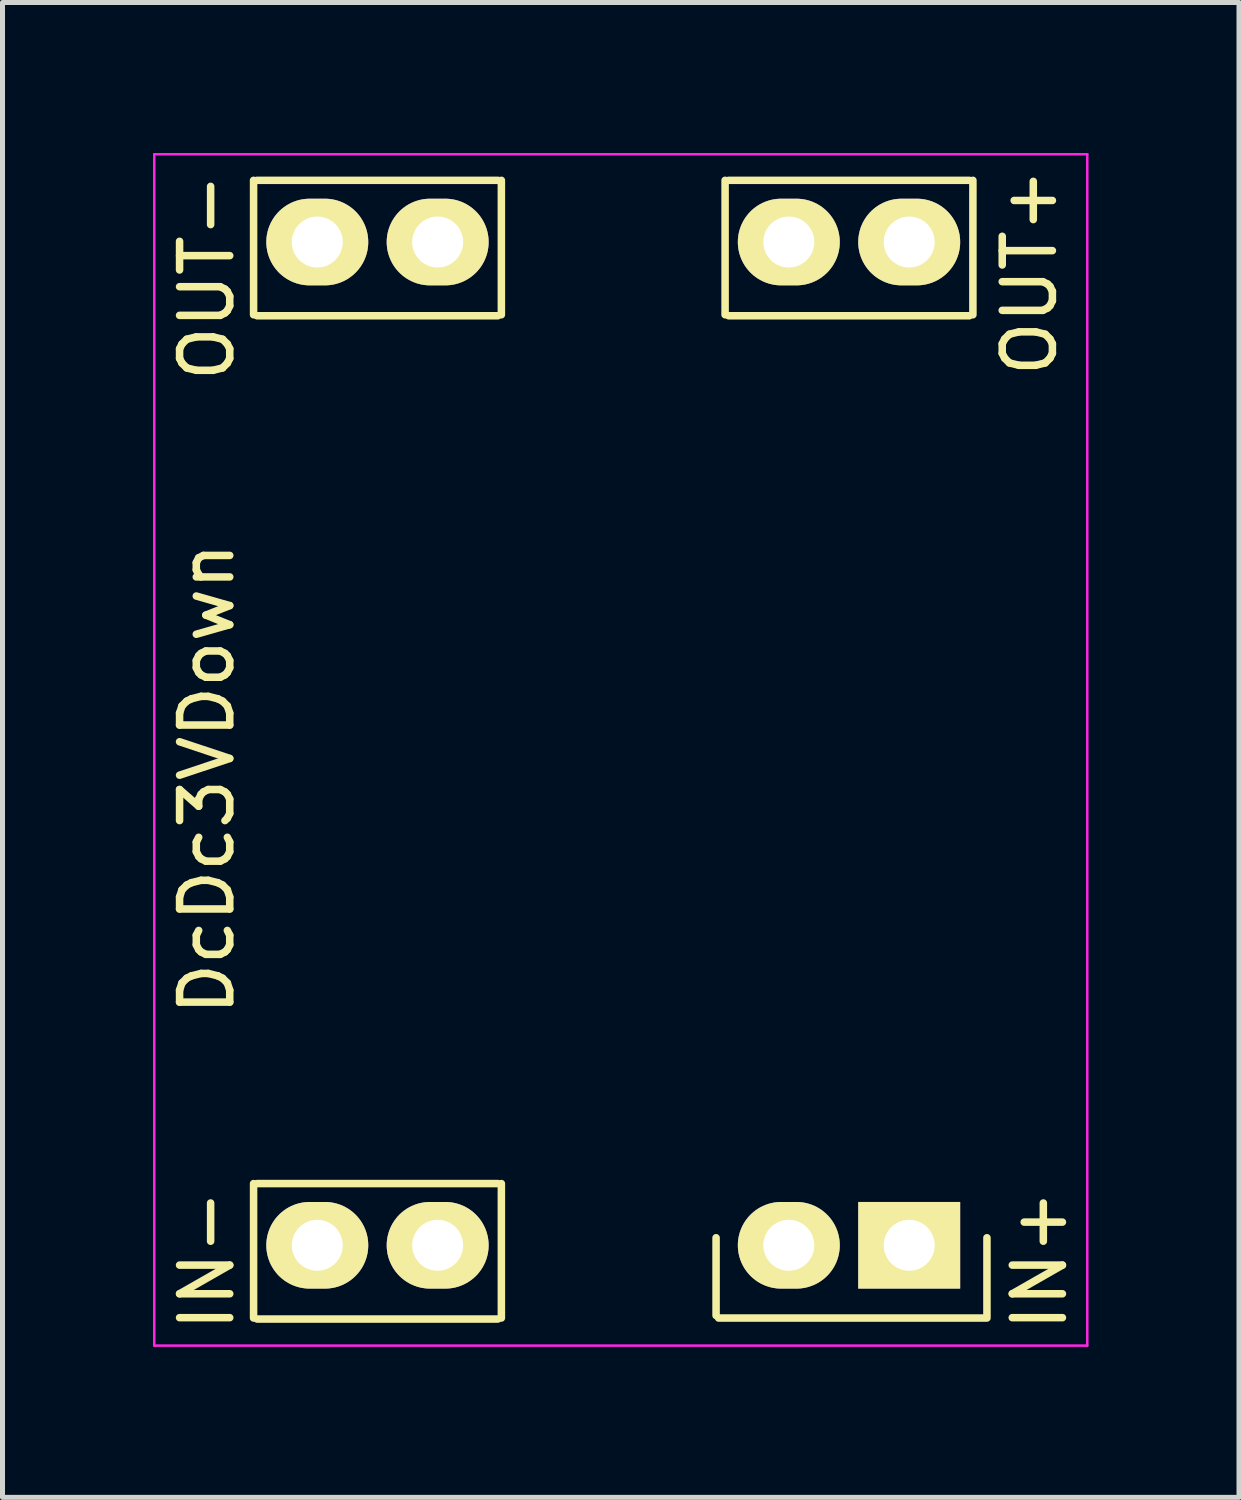
<source format=kicad_pcb>
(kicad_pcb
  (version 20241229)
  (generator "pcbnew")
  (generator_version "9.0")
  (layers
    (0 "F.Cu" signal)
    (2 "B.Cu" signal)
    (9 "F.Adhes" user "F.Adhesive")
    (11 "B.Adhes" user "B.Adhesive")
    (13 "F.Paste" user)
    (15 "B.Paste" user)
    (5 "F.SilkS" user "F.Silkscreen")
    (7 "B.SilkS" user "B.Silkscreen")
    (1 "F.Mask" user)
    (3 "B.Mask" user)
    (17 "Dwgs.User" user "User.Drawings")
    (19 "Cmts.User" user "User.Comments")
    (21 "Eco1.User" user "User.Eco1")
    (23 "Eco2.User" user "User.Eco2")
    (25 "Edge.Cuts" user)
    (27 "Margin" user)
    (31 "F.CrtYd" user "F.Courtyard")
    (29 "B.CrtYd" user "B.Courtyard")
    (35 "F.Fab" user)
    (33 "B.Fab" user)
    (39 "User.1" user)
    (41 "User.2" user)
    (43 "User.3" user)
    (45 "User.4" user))
  (footprint "DcDc3VDown"
    (layer "F.Cu")
    (at 9.275 1.475)
    (property "Reference" "DcDc3VDown" (at -8.2 11 90) (layer "F.SilkS") (effects (font (size 1 1) (thickness 0.15))))
    (attr through_hole)
    (fp_line (start -7.27 -0.93) (end -7.27 1.75) (stroke (width 0.15) (type solid)) (layer "F.SilkS"))
    (fp_line (start -7.27 19.07) (end -7.27 21.75) (stroke (width 0.15) (type solid)) (layer "F.SilkS"))
    (fp_line (start -7.2 -0.93) (end -2.4 -0.93) (stroke (width 0.15) (type solid)) (layer "F.SilkS"))
    (fp_line (start -7.2 1.77) (end -2.4 1.77) (stroke (width 0.15) (type solid)) (layer "F.SilkS"))
    (fp_line (start -7.2 19.07) (end -2.4 19.07) (stroke (width 0.15) (type solid)) (layer "F.SilkS"))
    (fp_line (start -7.2 21.77) (end -2.4 21.77) (stroke (width 0.15) (type solid)) (layer "F.SilkS"))
    (fp_line (start -2.33 1.75) (end -2.33 -0.93) (stroke (width 0.15) (type solid)) (layer "F.SilkS"))
    (fp_line (start -2.33 21.75) (end -2.33 19.07) (stroke (width 0.15) (type solid)) (layer "F.SilkS"))
    (fp_line (start 1.95 21.7) (end 1.95 20.15) (stroke (width 0.15) (type solid)) (layer "F.SilkS"))
    (fp_line (start 2 21.75) (end 7.35 21.75) (stroke (width 0.15) (type solid)) (layer "F.SilkS"))
    (fp_line (start 2.13 -0.93) (end 2.13 1.75) (stroke (width 0.15) (type solid)) (layer "F.SilkS"))
    (fp_line (start 2.2 -0.93) (end 7 -0.93) (stroke (width 0.15) (type solid)) (layer "F.SilkS"))
    (fp_line (start 2.2 1.77) (end 7 1.77) (stroke (width 0.15) (type solid)) (layer "F.SilkS"))
    (fp_line (start 7.07 1.75) (end 7.07 -0.93) (stroke (width 0.15) (type solid)) (layer "F.SilkS"))
    (fp_line (start 7.35 20.15) (end 7.35 21.7) (stroke (width 0.15) (type solid)) (layer "F.SilkS"))
    (fp_line (start -9.25 -1.45) (end -9.25 22.3) (stroke (width 0.05) (type solid)) (layer "F.CrtYd"))
    (fp_line (start -9.25 -1.45) (end 9.35 -1.45) (stroke (width 0.05) (type solid)) (layer "F.CrtYd"))
    (fp_line (start -9.25 22.3) (end 9.35 22.3) (stroke (width 0.05) (type solid)) (layer "F.CrtYd"))
    (fp_line (start 9.35 -1.45) (end 9.35 22.3) (stroke (width 0.05) (type solid)) (layer "F.CrtYd"))
    (fp_text user "OUT+" (at 8.2 0.9 90) (layer "F.SilkS") (effects (font (size 1 1) (thickness 0.15))))
    (fp_text user "OUT-" (at -8.2 1 90) (layer "F.SilkS") (effects (font (size 1 1) (thickness 0.15))))
    (fp_text user "IN-" (at -8.2 20.6 90) (layer "F.SilkS") (effects (font (size 1 1) (thickness 0.15))))
    (fp_text user "IN+" (at 8.4 20.6 90) (layer "F.SilkS") (effects (font (size 1 1) (thickness 0.15))))
    (pad "1" thru_hole oval (at 3.4 20.3) (size 2.032 1.727) (drill 1.016) (layers "*.Cu" "*.Mask" "F.SilkS"))
    (pad "1" thru_hole rect (at 5.8 20.3) (size 2.032 1.727) (drill 1.016) (layers "*.Cu" "*.Mask" "F.SilkS"))
    (pad "2" thru_hole oval (at -6 20.3) (size 2.032 1.727) (drill 1.016) (layers "*.Cu" "*.Mask" "F.SilkS"))
    (pad "2" thru_hole oval (at -3.6 20.3) (size 2.032 1.727) (drill 1.016) (layers "*.Cu" "*.Mask" "F.SilkS"))
    (pad "3" thru_hole oval (at 3.4 0.3) (size 2.032 1.727) (drill 1.016) (layers "*.Cu" "*.Mask" "F.SilkS"))
    (pad "3" thru_hole oval (at 5.8 0.3) (size 2.032 1.727) (drill 1.016) (layers "*.Cu" "*.Mask" "F.SilkS"))
    (pad "4" thru_hole oval (at -6 0.3) (size 2.032 1.727) (drill 1.016) (layers "*.Cu" "*.Mask" "F.SilkS"))
    (pad "4" thru_hole oval (at -3.6 0.3) (size 2.032 1.727) (drill 1.016) (layers "*.Cu" "*.Mask" "F.SilkS")))
  (gr_rect
    (start -3 -3)
    (end 21.65 26.8)
    (stroke (width 0.1) (type default))
    (fill no)
    (layer "Edge.Cuts")))
</source>
